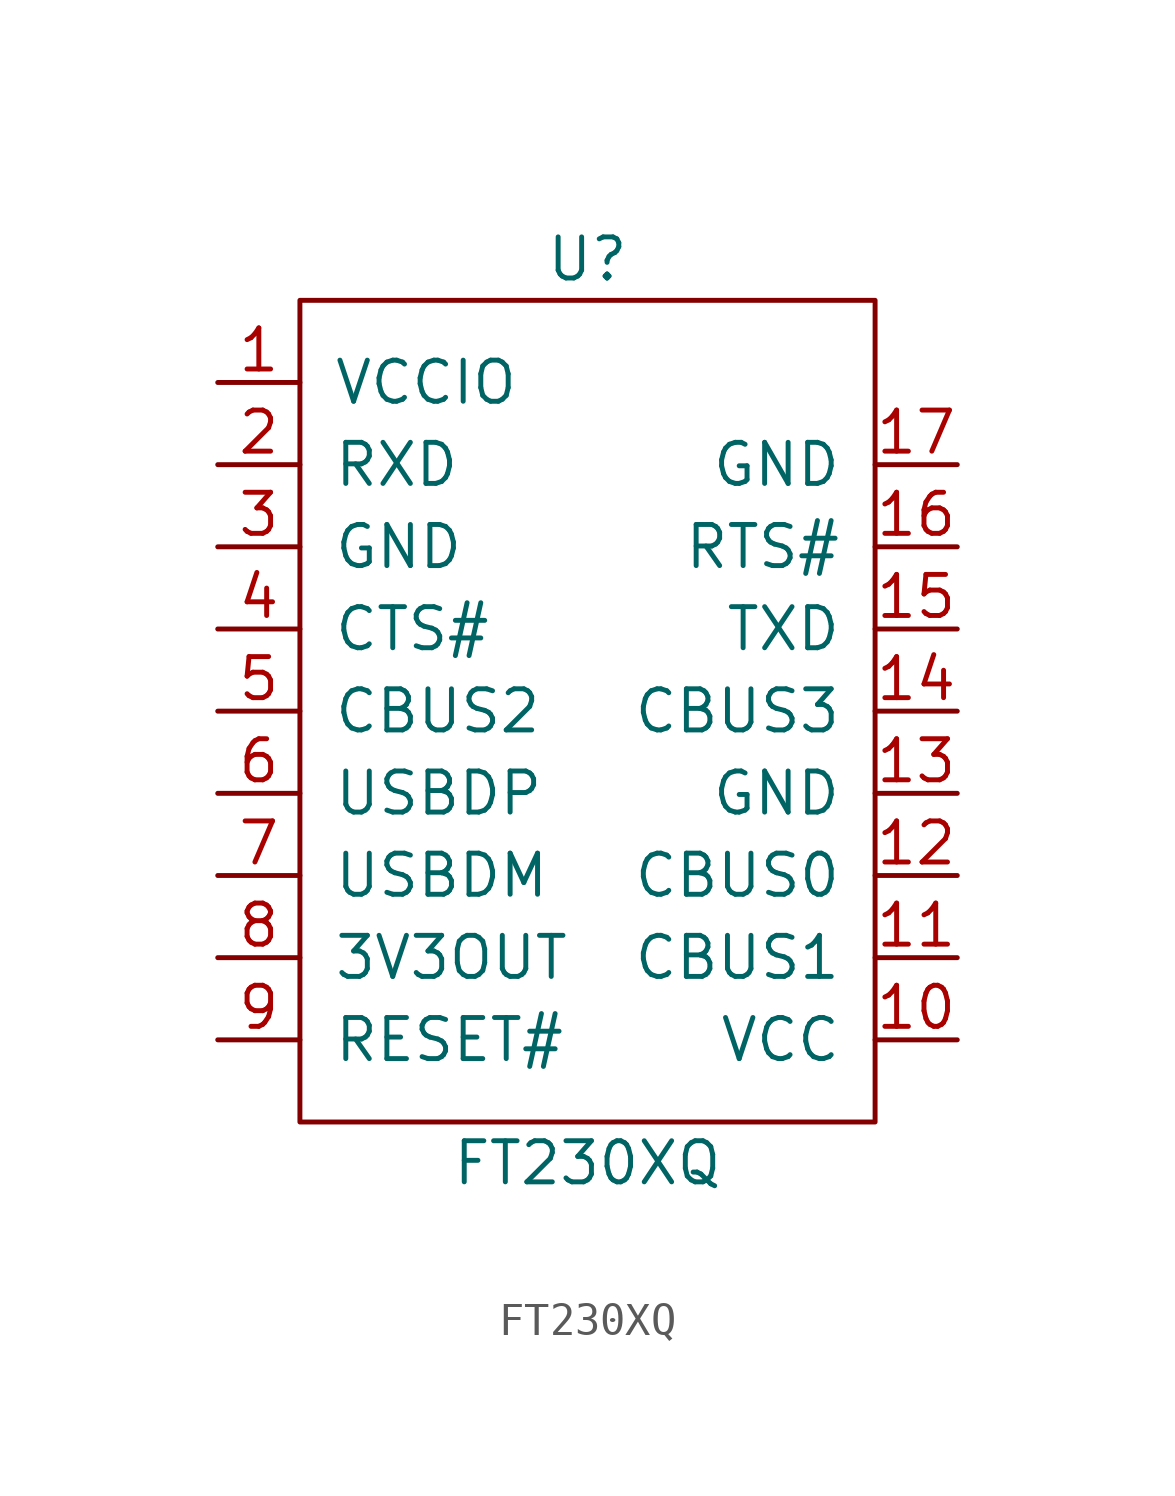
<source format=kicad_sym>
(kicad_symbol_lib
  (version 20211014)
  (generator kicad_symbol_editor)
  (symbol "FT230XQ"
    (pin_names
      (offset 1.016))
    (property "Reference" "U"
      (at 0 10.16 0)
      (effects (font (size 1.27 1.27))))
    (property "Value" "FT230XQ"
      (at 0 -17.78 0)
      (effects (font (size 1.27 1.27))))
    (symbol "FT230XQ_0_1"
      (rectangle (start -8.89 8.89) (end 8.89 -16.51) (stroke (width 0) (type default) (color 0 0 0 0)) (fill (type none))))
    (symbol "FT230XQ_1_1"
      (pin power_in line (at -11.43 6.35 0) (length 2.54) (name "VCCIO" (effects (font (size 1.27 1.27)))) (number "1" (effects (font (size 1.27 1.27)))))
      (pin power_in line (at 11.43 -13.97 180) (length 2.54) (name "VCC" (effects (font (size 1.27 1.27)))) (number "10" (effects (font (size 1.27 1.27)))))
      (pin bidirectional line (at 11.43 -11.43 180) (length 2.54) (name "CBUS1" (effects (font (size 1.27 1.27)))) (number "11" (effects (font (size 1.27 1.27)))))
      (pin bidirectional line (at 11.43 -8.89 180) (length 2.54) (name "CBUS0" (effects (font (size 1.27 1.27)))) (number "12" (effects (font (size 1.27 1.27)))))
      (pin power_in line (at 11.43 -6.35 180) (length 2.54) (name "GND" (effects (font (size 1.27 1.27)))) (number "13" (effects (font (size 1.27 1.27)))))
      (pin bidirectional line (at 11.43 -3.81 180) (length 2.54) (name "CBUS3" (effects (font (size 1.27 1.27)))) (number "14" (effects (font (size 1.27 1.27)))))
      (pin output line (at 11.43 -1.27 180) (length 2.54) (name "TXD" (effects (font (size 1.27 1.27)))) (number "15" (effects (font (size 1.27 1.27)))))
      (pin output line (at 11.43 1.27 180) (length 2.54) (name "RTS#" (effects (font (size 1.27 1.27)))) (number "16" (effects (font (size 1.27 1.27)))))
      (pin power_in line (at 11.43 3.81 180) (length 2.54) (name "GND" (effects (font (size 1.27 1.27)))) (number "17" (effects (font (size 1.27 1.27)))))
      (pin input line (at -11.43 3.81 0) (length 2.54) (name "RXD" (effects (font (size 1.27 1.27)))) (number "2" (effects (font (size 1.27 1.27)))))
      (pin power_in line (at -11.43 1.27 0) (length 2.54) (name "GND" (effects (font (size 1.27 1.27)))) (number "3" (effects (font (size 1.27 1.27)))))
      (pin input line (at -11.43 -1.27 0) (length 2.54) (name "CTS#" (effects (font (size 1.27 1.27)))) (number "4" (effects (font (size 1.27 1.27)))))
      (pin bidirectional line (at -11.43 -3.81 0) (length 2.54) (name "CBUS2" (effects (font (size 1.27 1.27)))) (number "5" (effects (font (size 1.27 1.27)))))
      (pin input line (at -11.43 -6.35 0) (length 2.54) (name "USBDP" (effects (font (size 1.27 1.27)))) (number "6" (effects (font (size 1.27 1.27)))))
      (pin input line (at -11.43 -8.89 0) (length 2.54) (name "USBDM" (effects (font (size 1.27 1.27)))) (number "7" (effects (font (size 1.27 1.27)))))
      (pin power_out line (at -11.43 -11.43 0) (length 2.54) (name "3V3OUT" (effects (font (size 1.27 1.27)))) (number "8" (effects (font (size 1.27 1.27)))))
      (pin input line (at -11.43 -13.97 0) (length 2.54) (name "RESET#" (effects (font (size 1.27 1.27)))) (number "9" (effects (font (size 1.27 1.27))))))))
</source>
